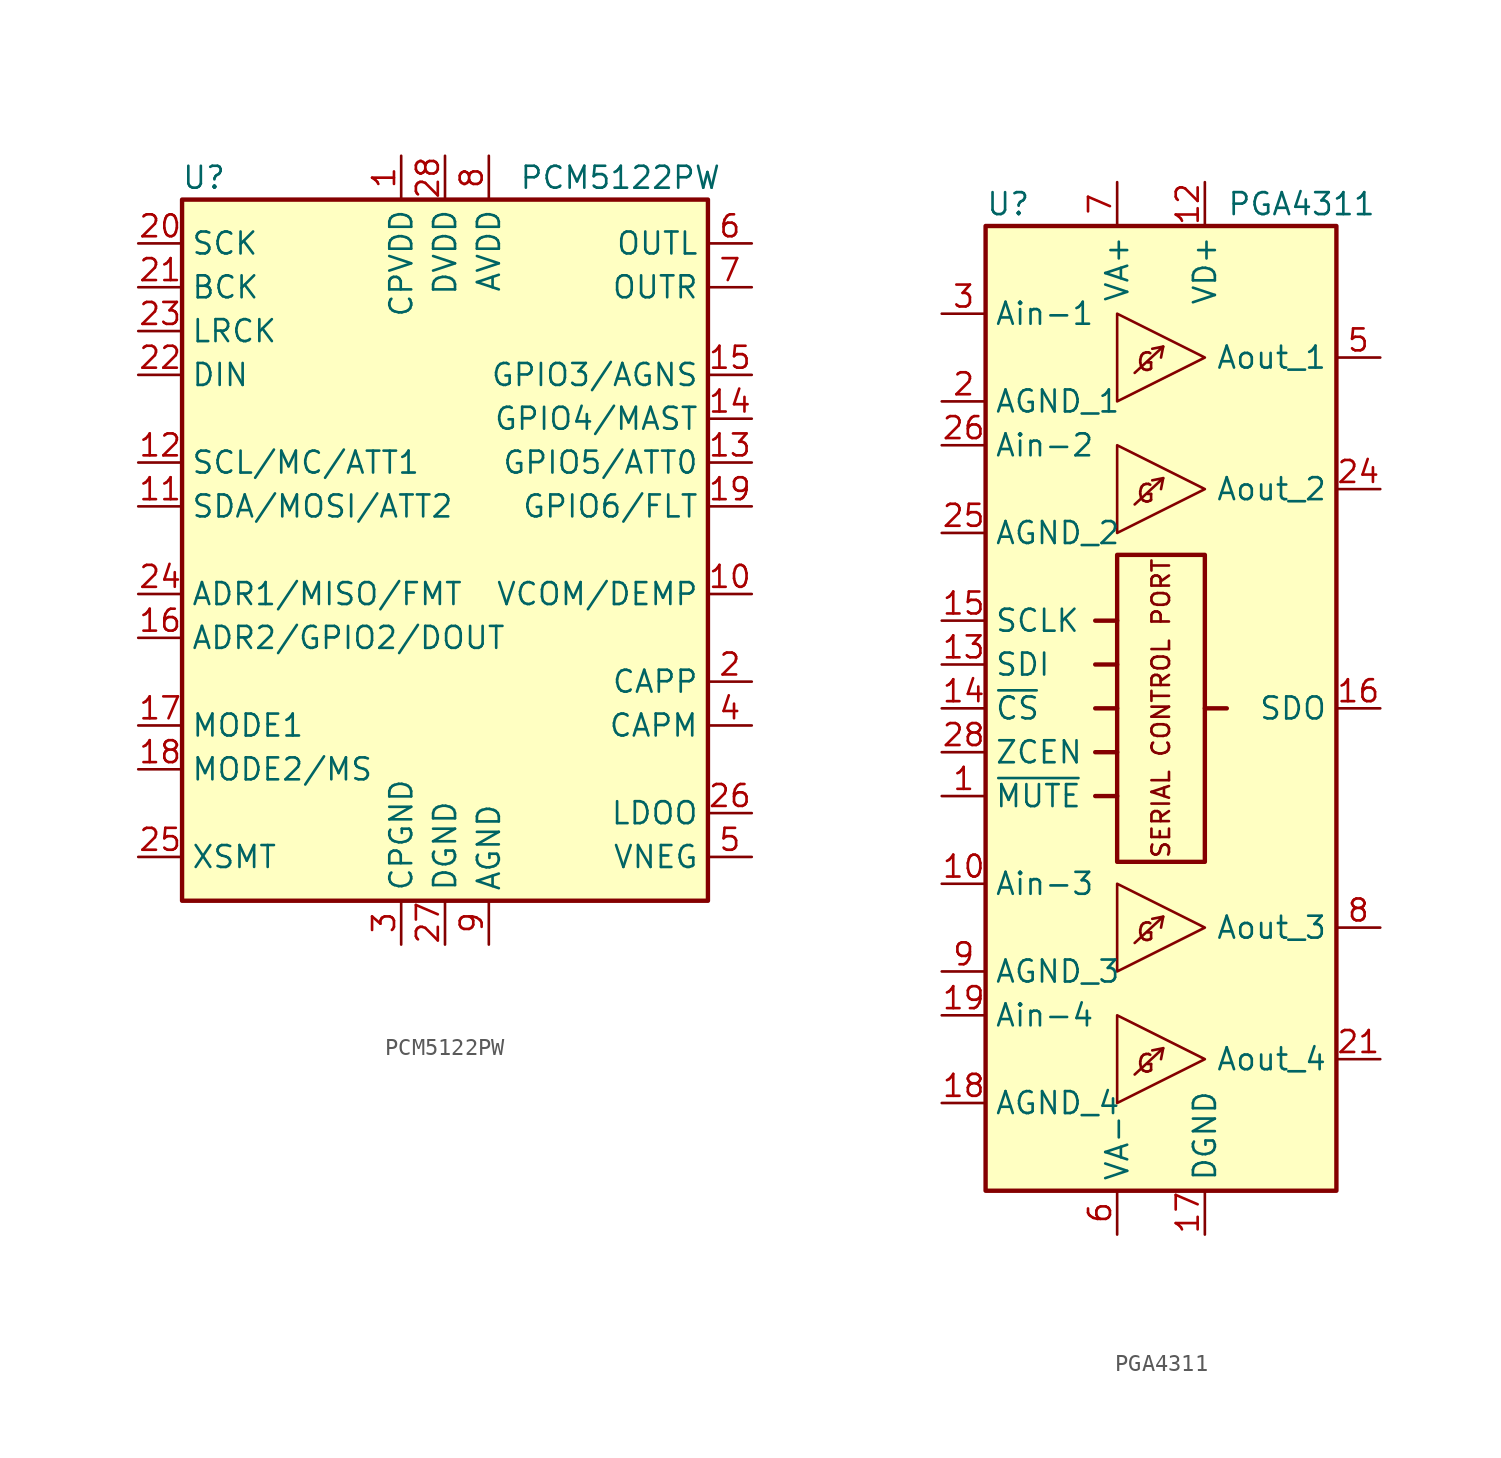
<source format=kicad_sym>
(kicad_symbol_lib
  (version 20231120)
  (generator "kicad_symbol_editor")
  (generator_version "8.0")
  (symbol "PCM5122PW"
    (property "Reference" "U"
      (at -13.97 21.59 0)
      (effects (font (size 1.27 1.27))))
    (property "Value" "PCM5122PW"
      (at 10.16 21.59 0)
      (effects (font (size 1.27 1.27))))
    (symbol "PCM5122PW_0_1"
      (rectangle (start -15.24 20.32) (end 15.24 -20.32) (stroke (width 0.254) (type solid)) (fill (type background))))
    (symbol "PCM5122PW_1_1"
      (pin power_in line (at -2.54 22.86 270) (length 2.54) (name "CPVDD" (effects (font (size 1.27 1.27)))) (number "1" (effects (font (size 1.27 1.27)))))
      (pin bidirectional line (at 17.78 -2.54 180) (length 2.54) (name "VCOM/DEMP" (effects (font (size 1.27 1.27)))) (number "10" (effects (font (size 1.27 1.27)))))
      (pin bidirectional line (at -17.78 2.54 0) (length 2.54) (name "SDA/MOSI/ATT2" (effects (font (size 1.27 1.27)))) (number "11" (effects (font (size 1.27 1.27)))))
      (pin input line (at -17.78 5.08 0) (length 2.54) (name "SCL/MC/ATT1" (effects (font (size 1.27 1.27)))) (number "12" (effects (font (size 1.27 1.27)))))
      (pin bidirectional line (at 17.78 5.08 180) (length 2.54) (name "GPIO5/ATT0" (effects (font (size 1.27 1.27)))) (number "13" (effects (font (size 1.27 1.27)))))
      (pin bidirectional line (at 17.78 7.62 180) (length 2.54) (name "GPIO4/MAST" (effects (font (size 1.27 1.27)))) (number "14" (effects (font (size 1.27 1.27)))))
      (pin bidirectional line (at 17.78 10.16 180) (length 2.54) (name "GPIO3/AGNS" (effects (font (size 1.27 1.27)))) (number "15" (effects (font (size 1.27 1.27)))))
      (pin bidirectional line (at -17.78 -5.08 0) (length 2.54) (name "ADR2/GPIO2/DOUT" (effects (font (size 1.27 1.27)))) (number "16" (effects (font (size 1.27 1.27)))))
      (pin input line (at -17.78 -10.16 0) (length 2.54) (name "MODE1" (effects (font (size 1.27 1.27)))) (number "17" (effects (font (size 1.27 1.27)))))
      (pin input line (at -17.78 -12.7 0) (length 2.54) (name "MODE2/MS" (effects (font (size 1.27 1.27)))) (number "18" (effects (font (size 1.27 1.27)))))
      (pin bidirectional line (at 17.78 2.54 180) (length 2.54) (name "GPIO6/FLT" (effects (font (size 1.27 1.27)))) (number "19" (effects (font (size 1.27 1.27)))))
      (pin passive line (at 17.78 -7.62 180) (length 2.54) (name "CAPP" (effects (font (size 1.27 1.27)))) (number "2" (effects (font (size 1.27 1.27)))))
      (pin input line (at -17.78 17.78 0) (length 2.54) (name "SCK" (effects (font (size 1.27 1.27)))) (number "20" (effects (font (size 1.27 1.27)))))
      (pin bidirectional line (at -17.78 15.24 0) (length 2.54) (name "BCK" (effects (font (size 1.27 1.27)))) (number "21" (effects (font (size 1.27 1.27)))))
      (pin input line (at -17.78 10.16 0) (length 2.54) (name "DIN" (effects (font (size 1.27 1.27)))) (number "22" (effects (font (size 1.27 1.27)))))
      (pin bidirectional line (at -17.78 12.7 0) (length 2.54) (name "LRCK" (effects (font (size 1.27 1.27)))) (number "23" (effects (font (size 1.27 1.27)))))
      (pin bidirectional line (at -17.78 -2.54 0) (length 2.54) (name "ADR1/MISO/FMT" (effects (font (size 1.27 1.27)))) (number "24" (effects (font (size 1.27 1.27)))))
      (pin input line (at -17.78 -17.78 0) (length 2.54) (name "XSMT" (effects (font (size 1.27 1.27)))) (number "25" (effects (font (size 1.27 1.27)))))
      (pin passive line (at 17.78 -15.24 180) (length 2.54) (name "LDOO" (effects (font (size 1.27 1.27)))) (number "26" (effects (font (size 1.27 1.27)))))
      (pin power_in line (at 0 -22.86 90) (length 2.54) (name "DGND" (effects (font (size 1.27 1.27)))) (number "27" (effects (font (size 1.27 1.27)))))
      (pin power_in line (at 0 22.86 270) (length 2.54) (name "DVDD" (effects (font (size 1.27 1.27)))) (number "28" (effects (font (size 1.27 1.27)))))
      (pin power_in line (at -2.54 -22.86 90) (length 2.54) (name "CPGND" (effects (font (size 1.27 1.27)))) (number "3" (effects (font (size 1.27 1.27)))))
      (pin passive line (at 17.78 -10.16 180) (length 2.54) (name "CAPM" (effects (font (size 1.27 1.27)))) (number "4" (effects (font (size 1.27 1.27)))))
      (pin passive line (at 17.78 -17.78 180) (length 2.54) (name "VNEG" (effects (font (size 1.27 1.27)))) (number "5" (effects (font (size 1.27 1.27)))))
      (pin output line (at 17.78 17.78 180) (length 2.54) (name "OUTL" (effects (font (size 1.27 1.27)))) (number "6" (effects (font (size 1.27 1.27)))))
      (pin output line (at 17.78 15.24 180) (length 2.54) (name "OUTR" (effects (font (size 1.27 1.27)))) (number "7" (effects (font (size 1.27 1.27)))))
      (pin power_in line (at 2.54 22.86 270) (length 2.54) (name "AVDD" (effects (font (size 1.27 1.27)))) (number "8" (effects (font (size 1.27 1.27)))))
      (pin power_in line (at 2.54 -22.86 90) (length 2.54) (name "AGND" (effects (font (size 1.27 1.27)))) (number "9" (effects (font (size 1.27 1.27)))))))
  (symbol "PGA4311"
    (property "Reference" "U"
      (at -10.16 29.21 0)
      (effects (font (size 1.27 1.27)) (justify left)))
    (property "Value" "PGA4311"
      (at 3.81 29.21 0)
      (effects (font (size 1.27 1.27)) (justify left)))
    (symbol "PGA4311_0_0"
      (rectangle (start -2.54 8.89) (end 2.54 -8.89) (stroke (width 0.254) (type solid)) (fill (type none)))
      (polyline (pts (xy -3.81 -5.08) (xy -2.54 -5.08)) (stroke (width 0.254) (type solid)) (fill (type none)))
      (polyline (pts (xy -3.81 0) (xy -2.54 0)) (stroke (width 0.254) (type solid)) (fill (type none)))
      (polyline (pts (xy -3.81 2.54) (xy -2.54 2.54)) (stroke (width 0.254) (type solid)) (fill (type none)))
      (polyline (pts (xy -3.81 5.08) (xy -2.54 5.08)) (stroke (width 0.254) (type solid)) (fill (type none)))
      (polyline (pts (xy -2.54 -2.54) (xy -3.81 -2.54)) (stroke (width 0.254) (type solid)) (fill (type none)))
      (polyline (pts (xy 0.127 -19.685) (xy 0 -20.32)) (stroke (width 0) (type solid)) (fill (type none)))
      (polyline (pts (xy 0.127 -12.065) (xy 0 -12.7)) (stroke (width 0) (type solid)) (fill (type none)))
      (polyline (pts (xy 0.127 13.335) (xy 0 12.7)) (stroke (width 0) (type solid)) (fill (type none)))
      (polyline (pts (xy 0.127 20.955) (xy 0 20.32)) (stroke (width 0) (type solid)) (fill (type none)))
      (polyline (pts (xy 2.54 0) (xy 3.81 0)) (stroke (width 0.254) (type solid)) (fill (type none)))
      (polyline (pts (xy -1.524 -21.209) (xy 0.127 -19.685) (xy -0.508 -19.812)) (stroke (width 0) (type solid)) (fill (type none)))
      (polyline (pts (xy -1.524 -13.589) (xy 0.127 -12.065) (xy -0.508 -12.192)) (stroke (width 0) (type solid)) (fill (type none)))
      (polyline (pts (xy -1.524 11.811) (xy 0.127 13.335) (xy -0.508 13.208)) (stroke (width 0) (type solid)) (fill (type none)))
      (polyline (pts (xy -1.524 19.431) (xy 0.127 20.955) (xy -0.508 20.828)) (stroke (width 0) (type solid)) (fill (type none)))
      (text "G" (at -0.889 -20.574 0) (effects (font (size 1.016 1.016))))
      (text "G" (at -0.889 -12.954 0) (effects (font (size 1.016 1.016))))
      (text "G" (at -0.889 12.446 0) (effects (font (size 1.016 1.016))))
      (text "G" (at -0.889 20.066 0) (effects (font (size 1.016 1.016))))
      (text "SERIAL CONTROL PORT" (at 0 0 900) (effects (font (size 1.016 1.016))))
      (pin input line (at -12.7 -5.08 0) (length 2.54) (name "~{MUTE}" (effects (font (size 1.27 1.27)))) (number "1" (effects (font (size 1.27 1.27))))))
    (symbol "PGA4311_0_1"
      (rectangle (start -10.16 27.94) (end 10.16 -27.94) (stroke (width 0.254) (type solid)) (fill (type background)))
      (polyline (pts (xy -2.54 -17.78) (xy 2.54 -20.32) (xy -2.54 -22.86) (xy -2.54 -17.78)) (stroke (width 0) (type solid)) (fill (type none)))
      (polyline (pts (xy -2.54 -10.16) (xy 2.54 -12.7) (xy -2.54 -15.24) (xy -2.54 -10.16)) (stroke (width 0) (type solid)) (fill (type none)))
      (polyline (pts (xy -2.54 15.24) (xy 2.54 12.7) (xy -2.54 10.16) (xy -2.54 15.24)) (stroke (width 0) (type solid)) (fill (type none)))
      (polyline (pts (xy -2.54 22.86) (xy 2.54 20.32) (xy -2.54 17.78) (xy -2.54 22.86)) (stroke (width 0) (type solid)) (fill (type none))))
    (symbol "PGA4311_1_1"
      (pin input line (at -12.7 -10.16 0) (length 2.54) (name "Ain-3" (effects (font (size 1.27 1.27)))) (number "10" (effects (font (size 1.27 1.27)))))
      (pin passive line (at -12.7 -15.24 0) (length 2.54) hide (name "AGND_3" (effects (font (size 1.27 1.27)))) (number "11" (effects (font (size 1.27 1.27)))))
      (pin power_in line (at 2.54 30.48 270) (length 2.54) (name "VD+" (effects (font (size 1.27 1.27)))) (number "12" (effects (font (size 1.27 1.27)))))
      (pin input line (at -12.7 2.54 0) (length 2.54) (name "SDI" (effects (font (size 1.27 1.27)))) (number "13" (effects (font (size 1.27 1.27)))))
      (pin input line (at -12.7 0 0) (length 2.54) (name "~{CS}" (effects (font (size 1.27 1.27)))) (number "14" (effects (font (size 1.27 1.27)))))
      (pin input line (at -12.7 5.08 0) (length 2.54) (name "SCLK" (effects (font (size 1.27 1.27)))) (number "15" (effects (font (size 1.27 1.27)))))
      (pin output line (at 12.7 0 180) (length 2.54) (name "SDO" (effects (font (size 1.27 1.27)))) (number "16" (effects (font (size 1.27 1.27)))))
      (pin power_in line (at 2.54 -30.48 90) (length 2.54) (name "DGND" (effects (font (size 1.27 1.27)))) (number "17" (effects (font (size 1.27 1.27)))))
      (pin power_in line (at -12.7 -22.86 0) (length 2.54) (name "AGND_4" (effects (font (size 1.27 1.27)))) (number "18" (effects (font (size 1.27 1.27)))))
      (pin input line (at -12.7 -17.78 0) (length 2.54) (name "Ain-4" (effects (font (size 1.27 1.27)))) (number "19" (effects (font (size 1.27 1.27)))))
      (pin power_in line (at -12.7 17.78 0) (length 2.54) (name "AGND_1" (effects (font (size 1.27 1.27)))) (number "2" (effects (font (size 1.27 1.27)))))
      (pin passive line (at -12.7 -22.86 0) (length 2.54) hide (name "AGND_4" (effects (font (size 1.27 1.27)))) (number "20" (effects (font (size 1.27 1.27)))))
      (pin output line (at 12.7 -20.32 180) (length 2.54) (name "Aout_4" (effects (font (size 1.27 1.27)))) (number "21" (effects (font (size 1.27 1.27)))))
      (pin passive line (at -2.54 30.48 270) (length 2.54) hide (name "VA+" (effects (font (size 1.27 1.27)))) (number "22" (effects (font (size 1.27 1.27)))))
      (pin passive line (at -2.54 -30.48 90) (length 2.54) hide (name "VA-" (effects (font (size 1.27 1.27)))) (number "23" (effects (font (size 1.27 1.27)))))
      (pin output line (at 12.7 12.7 180) (length 2.54) (name "Aout_2" (effects (font (size 1.27 1.27)))) (number "24" (effects (font (size 1.27 1.27)))))
      (pin power_in line (at -12.7 10.16 0) (length 2.54) (name "AGND_2" (effects (font (size 1.27 1.27)))) (number "25" (effects (font (size 1.27 1.27)))))
      (pin input line (at -12.7 15.24 0) (length 2.54) (name "Ain-2" (effects (font (size 1.27 1.27)))) (number "26" (effects (font (size 1.27 1.27)))))
      (pin passive line (at -12.7 10.16 0) (length 2.54) hide (name "AGND_2" (effects (font (size 1.27 1.27)))) (number "27" (effects (font (size 1.27 1.27)))))
      (pin input line (at -12.7 -2.54 0) (length 2.54) (name "ZCEN" (effects (font (size 1.27 1.27)))) (number "28" (effects (font (size 1.27 1.27)))))
      (pin input line (at -12.7 22.86 0) (length 2.54) (name "Ain-1" (effects (font (size 1.27 1.27)))) (number "3" (effects (font (size 1.27 1.27)))))
      (pin passive line (at -12.7 17.78 0) (length 2.54) hide (name "AGND_1" (effects (font (size 1.27 1.27)))) (number "4" (effects (font (size 1.27 1.27)))))
      (pin output line (at 12.7 20.32 180) (length 2.54) (name "Aout_1" (effects (font (size 1.27 1.27)))) (number "5" (effects (font (size 1.27 1.27)))))
      (pin power_in line (at -2.54 -30.48 90) (length 2.54) (name "VA-" (effects (font (size 1.27 1.27)))) (number "6" (effects (font (size 1.27 1.27)))))
      (pin power_in line (at -2.54 30.48 270) (length 2.54) (name "VA+" (effects (font (size 1.27 1.27)))) (number "7" (effects (font (size 1.27 1.27)))))
      (pin output line (at 12.7 -12.7 180) (length 2.54) (name "Aout_3" (effects (font (size 1.27 1.27)))) (number "8" (effects (font (size 1.27 1.27)))))
      (pin power_in line (at -12.7 -15.24 0) (length 2.54) (name "AGND_3" (effects (font (size 1.27 1.27)))) (number "9" (effects (font (size 1.27 1.27))))))))
</source>
